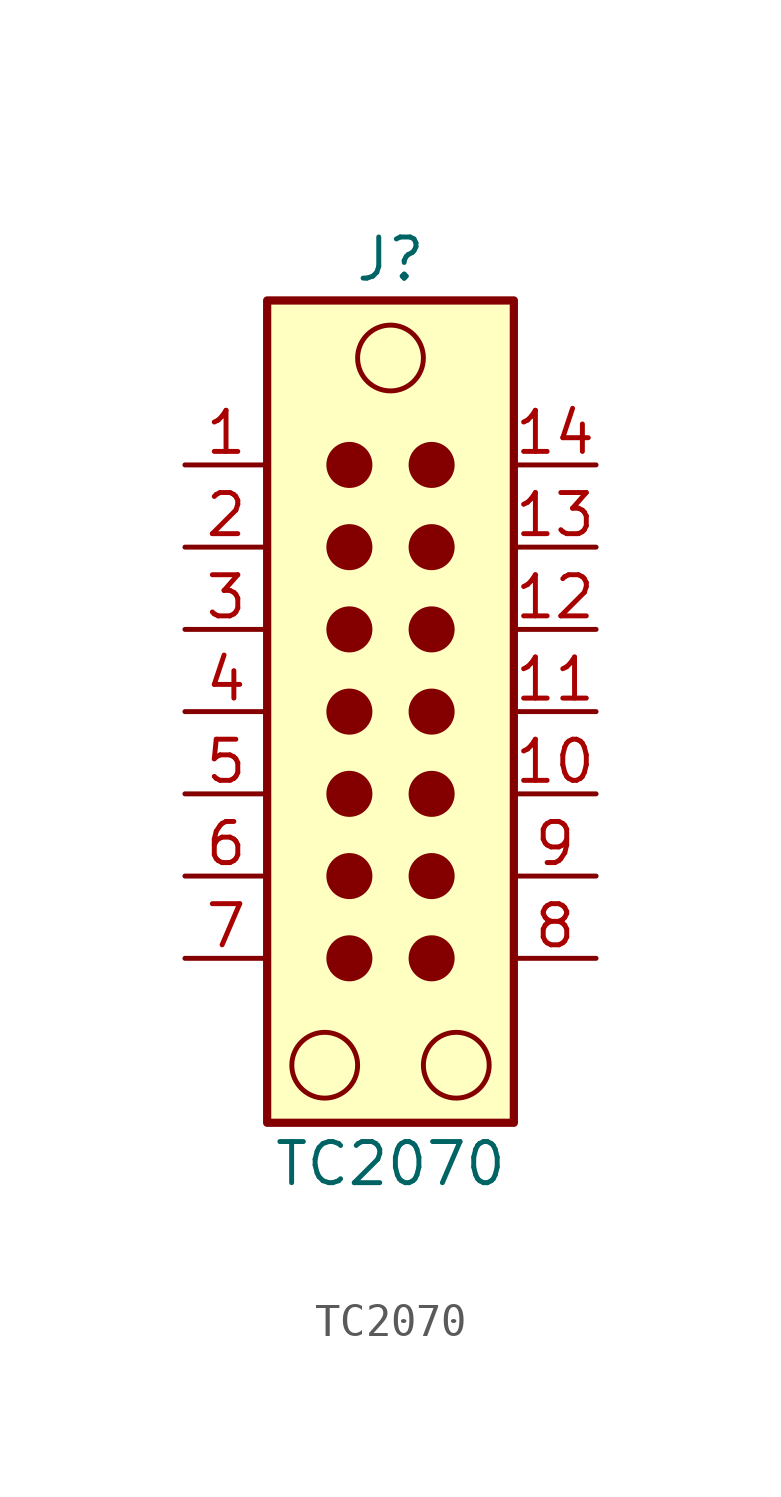
<source format=kicad_sym>
(kicad_symbol_lib
  (version 20241209)
  (generator "kicad_symbol_editor")
  (generator_version "9.0")
  (symbol "TC2070"
    (property "Reference" "J"
      (at 1.27 13.97 0)
      (effects (font (size 1.27 1.27))))
    (property "Value" "TC2070"
      (at 1.27 -13.97 0)
      (effects (font (size 1.27 1.27))))
    (symbol "TC2070_1_1"
      (rectangle (start -2.54 12.7) (end 5.08 -12.7) (stroke (width 0.254) (type default)) (fill (type background)))
      (circle (center -0.762 -10.922) (radius 1.016) (stroke (width 0) (type default)) (fill (type none)))
      (circle (center 0 7.62) (radius 0.635) (stroke (width 0) (type default)) (fill (type outline)))
      (circle (center 0 5.08) (radius 0.635) (stroke (width 0) (type default)) (fill (type outline)))
      (circle (center 0 2.54) (radius 0.635) (stroke (width 0) (type default)) (fill (type outline)))
      (circle (center 0 0) (radius 0.635) (stroke (width 0) (type default)) (fill (type outline)))
      (circle (center 0 -2.54) (radius 0.635) (stroke (width 0) (type default)) (fill (type outline)))
      (circle (center 0 -5.08) (radius 0.635) (stroke (width 0) (type default)) (fill (type outline)))
      (circle (center 0 -7.62) (radius 0.635) (stroke (width 0) (type default)) (fill (type outline)))
      (circle (center 1.27 10.922) (radius 1.016) (stroke (width 0) (type default)) (fill (type none)))
      (circle (center 2.54 7.62) (radius 0.635) (stroke (width 0) (type default)) (fill (type outline)))
      (circle (center 2.54 5.08) (radius 0.635) (stroke (width 0) (type default)) (fill (type outline)))
      (circle (center 2.54 2.54) (radius 0.635) (stroke (width 0) (type default)) (fill (type outline)))
      (circle (center 2.54 0) (radius 0.635) (stroke (width 0) (type default)) (fill (type outline)))
      (circle (center 2.54 -2.54) (radius 0.635) (stroke (width 0) (type default)) (fill (type outline)))
      (circle (center 2.54 -5.08) (radius 0.635) (stroke (width 0) (type default)) (fill (type outline)))
      (circle (center 2.54 -7.62) (radius 0.635) (stroke (width 0) (type default)) (fill (type outline)))
      (circle (center 3.302 -10.922) (radius 1.016) (stroke (width 0) (type default)) (fill (type none)))
      (pin passive line (at -5.08 7.62 0) (length 2.54) (name "~" (effects (font (size 1.27 1.27)))) (number "1" (effects (font (size 1.27 1.27)))))
      (pin passive line (at -5.08 5.08 0) (length 2.54) (name "~" (effects (font (size 1.27 1.27)))) (number "2" (effects (font (size 1.27 1.27)))))
      (pin passive line (at -5.08 2.54 0) (length 2.54) (name "~" (effects (font (size 1.27 1.27)))) (number "3" (effects (font (size 1.27 1.27)))))
      (pin passive line (at -5.08 0 0) (length 2.54) (name "~" (effects (font (size 1.27 1.27)))) (number "4" (effects (font (size 1.27 1.27)))))
      (pin passive line (at -5.08 -2.54 0) (length 2.54) (name "~" (effects (font (size 1.27 1.27)))) (number "5" (effects (font (size 1.27 1.27)))))
      (pin passive line (at -5.08 -5.08 0) (length 2.54) (name "~" (effects (font (size 1.27 1.27)))) (number "6" (effects (font (size 1.27 1.27)))))
      (pin passive line (at -5.08 -7.62 0) (length 2.54) (name "~" (effects (font (size 1.27 1.27)))) (number "7" (effects (font (size 1.27 1.27)))))
      (pin passive line (at 7.62 7.62 180) (length 2.54) (name "~" (effects (font (size 1.27 1.27)))) (number "14" (effects (font (size 1.27 1.27)))))
      (pin passive line (at 7.62 5.08 180) (length 2.54) (name "~" (effects (font (size 1.27 1.27)))) (number "13" (effects (font (size 1.27 1.27)))))
      (pin passive line (at 7.62 2.54 180) (length 2.54) (name "~" (effects (font (size 1.27 1.27)))) (number "12" (effects (font (size 1.27 1.27)))))
      (pin passive line (at 7.62 0 180) (length 2.54) (name "~" (effects (font (size 1.27 1.27)))) (number "11" (effects (font (size 1.27 1.27)))))
      (pin passive line (at 7.62 -2.54 180) (length 2.54) (name "~" (effects (font (size 1.27 1.27)))) (number "10" (effects (font (size 1.27 1.27)))))
      (pin passive line (at 7.62 -5.08 180) (length 2.54) (name "~" (effects (font (size 1.27 1.27)))) (number "9" (effects (font (size 1.27 1.27)))))
      (pin passive line (at 7.62 -7.62 180) (length 2.54) (name "~" (effects (font (size 1.27 1.27)))) (number "8" (effects (font (size 1.27 1.27))))))))
</source>
